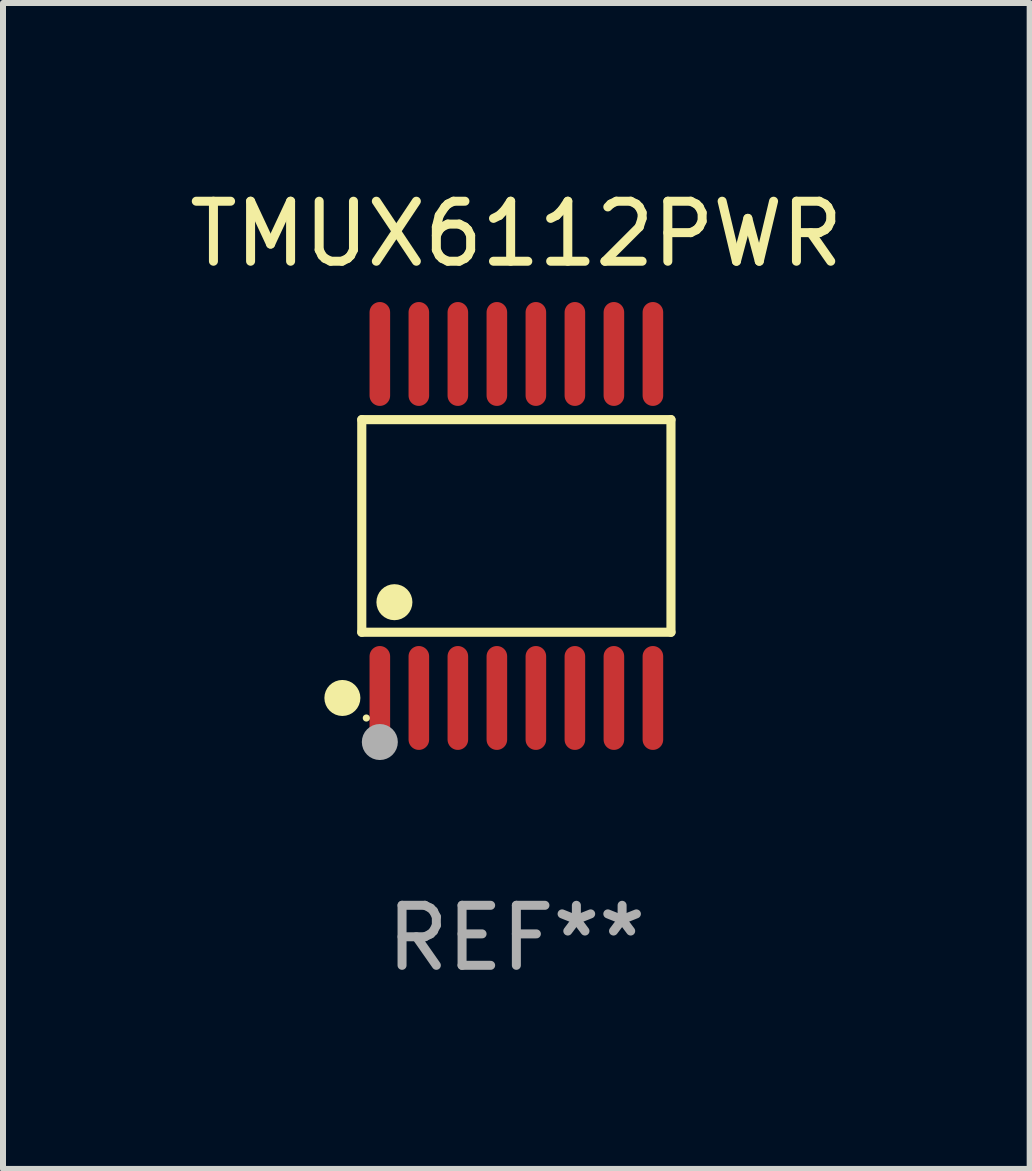
<source format=kicad_pcb>
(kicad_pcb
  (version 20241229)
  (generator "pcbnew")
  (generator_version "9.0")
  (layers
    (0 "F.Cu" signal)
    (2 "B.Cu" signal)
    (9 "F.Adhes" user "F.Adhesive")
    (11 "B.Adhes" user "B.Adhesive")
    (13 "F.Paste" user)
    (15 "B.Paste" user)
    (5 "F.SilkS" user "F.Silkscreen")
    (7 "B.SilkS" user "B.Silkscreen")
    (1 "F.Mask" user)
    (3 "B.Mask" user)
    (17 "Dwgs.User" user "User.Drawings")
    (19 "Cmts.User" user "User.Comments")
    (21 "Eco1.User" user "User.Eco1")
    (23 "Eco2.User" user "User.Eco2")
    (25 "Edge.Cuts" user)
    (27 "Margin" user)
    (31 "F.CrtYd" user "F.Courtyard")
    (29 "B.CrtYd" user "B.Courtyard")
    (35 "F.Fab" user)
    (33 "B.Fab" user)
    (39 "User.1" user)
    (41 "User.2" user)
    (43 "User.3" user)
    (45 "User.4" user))
  (footprint "TMUX6112PWR"
    (layer "F.Cu")
    (at 5.554 5.714)
    (property "Reference" "TMUX6112PWR" (at 0 -4.866 0) (layer "F.SilkS") (effects (font (size 1 1) (thickness 0.15))))
    (attr through_hole)
    (fp_line (start -2.576 -1.772) (end 2.576 -1.772) (stroke (width 0.152) (type solid)) (layer "F.SilkS"))
    (fp_line (start -2.576 1.771) (end -2.576 -1.772) (stroke (width 0.152) (type solid)) (layer "F.SilkS"))
    (fp_line (start 2.576 -1.772) (end 2.576 1.771) (stroke (width 0.152) (type solid)) (layer "F.SilkS"))
    (fp_line (start 2.576 1.771) (end -2.576 1.771) (stroke (width 0.152) (type solid)) (layer "F.SilkS"))
    (fp_circle (center -2.899 2.866) (end -2.749 2.866) (stroke (width 0.3) (type solid)) (fill no) (layer "F.SilkS"))
    (fp_circle (center -2.5 3.2) (end -2.47 3.2) (stroke (width 0.06) (type solid)) (fill no) (layer "F.SilkS"))
    (fp_circle (center -2.032 1.27) (end -1.882 1.27) (stroke (width 0.3) (type solid)) (fill no) (layer "F.SilkS"))
    (fp_circle (center -2.275 3.6) (end -2.125 3.6) (stroke (width 0.3) (type solid)) (fill no) (layer "F.Fab"))
    (fp_text user "REF**" (at 0 6.866 0) (layer "F.Fab") (effects (font (size 1 1) (thickness 0.15))))
    (pad "1" smd oval (at -2.275 2.866) (size 0.343 1.731) (layers "F.Cu" "F.Mask" "F.Paste"))
    (pad "2" smd oval (at -1.625 2.866) (size 0.343 1.731) (layers "F.Cu" "F.Mask" "F.Paste"))
    (pad "3" smd oval (at -0.975 2.866) (size 0.343 1.731) (layers "F.Cu" "F.Mask" "F.Paste"))
    (pad "4" smd oval (at -0.325 2.866) (size 0.343 1.731) (layers "F.Cu" "F.Mask" "F.Paste"))
    (pad "5" smd oval (at 0.325 2.866) (size 0.343 1.731) (layers "F.Cu" "F.Mask" "F.Paste"))
    (pad "6" smd oval (at 0.975 2.866) (size 0.343 1.731) (layers "F.Cu" "F.Mask" "F.Paste"))
    (pad "7" smd oval (at 1.625 2.866) (size 0.343 1.731) (layers "F.Cu" "F.Mask" "F.Paste"))
    (pad "8" smd oval (at 2.275 2.866) (size 0.343 1.731) (layers "F.Cu" "F.Mask" "F.Paste"))
    (pad "9" smd oval (at 2.275 -2.866) (size 0.343 1.731) (layers "F.Cu" "F.Mask" "F.Paste"))
    (pad "10" smd oval (at 1.625 -2.866) (size 0.343 1.731) (layers "F.Cu" "F.Mask" "F.Paste"))
    (pad "11" smd oval (at 0.975 -2.866) (size 0.343 1.731) (layers "F.Cu" "F.Mask" "F.Paste"))
    (pad "12" smd oval (at 0.325 -2.866) (size 0.343 1.731) (layers "F.Cu" "F.Mask" "F.Paste"))
    (pad "13" smd oval (at -0.325 -2.866) (size 0.343 1.731) (layers "F.Cu" "F.Mask" "F.Paste"))
    (pad "14" smd oval (at -0.975 -2.866) (size 0.343 1.731) (layers "F.Cu" "F.Mask" "F.Paste"))
    (pad "15" smd oval (at -1.625 -2.866) (size 0.343 1.731) (layers "F.Cu" "F.Mask" "F.Paste"))
    (pad "16" smd oval (at -2.275 -2.866) (size 0.343 1.731) (layers "F.Cu" "F.Mask" "F.Paste")))
  (gr_rect
    (start -3 -3)
    (end 14.107 16.428)
    (stroke (width 0.1) (type default))
    (fill no)
    (layer "Edge.Cuts")))
</source>
